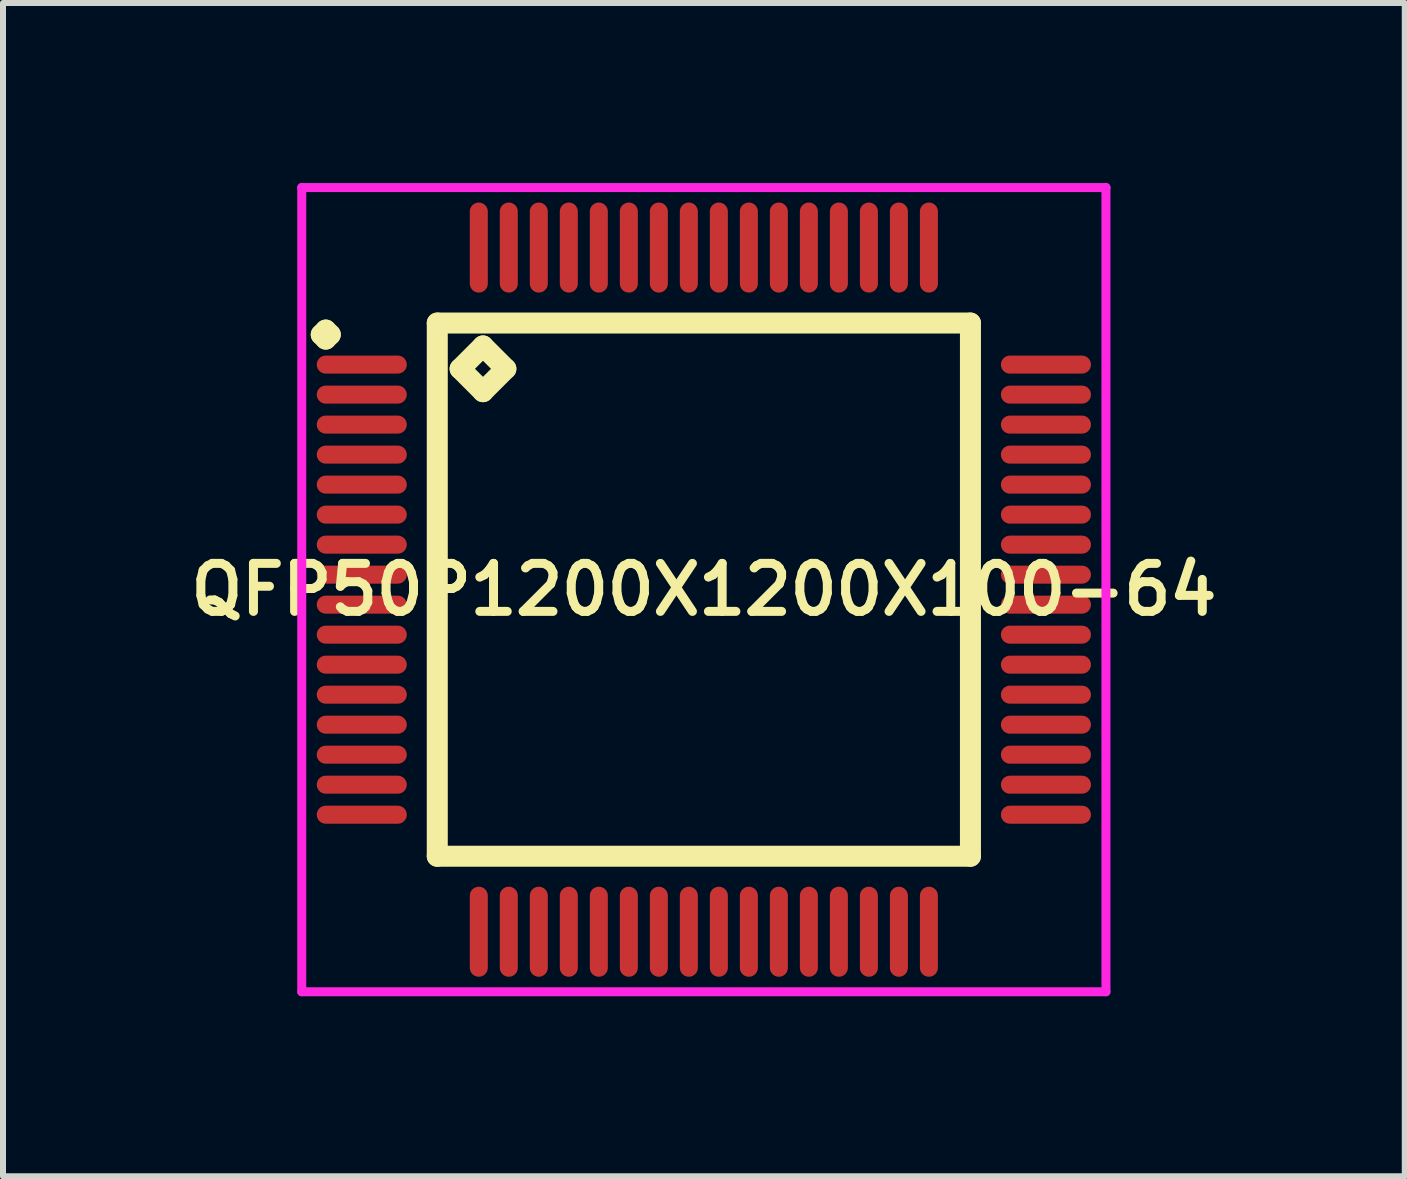
<source format=kicad_pcb>
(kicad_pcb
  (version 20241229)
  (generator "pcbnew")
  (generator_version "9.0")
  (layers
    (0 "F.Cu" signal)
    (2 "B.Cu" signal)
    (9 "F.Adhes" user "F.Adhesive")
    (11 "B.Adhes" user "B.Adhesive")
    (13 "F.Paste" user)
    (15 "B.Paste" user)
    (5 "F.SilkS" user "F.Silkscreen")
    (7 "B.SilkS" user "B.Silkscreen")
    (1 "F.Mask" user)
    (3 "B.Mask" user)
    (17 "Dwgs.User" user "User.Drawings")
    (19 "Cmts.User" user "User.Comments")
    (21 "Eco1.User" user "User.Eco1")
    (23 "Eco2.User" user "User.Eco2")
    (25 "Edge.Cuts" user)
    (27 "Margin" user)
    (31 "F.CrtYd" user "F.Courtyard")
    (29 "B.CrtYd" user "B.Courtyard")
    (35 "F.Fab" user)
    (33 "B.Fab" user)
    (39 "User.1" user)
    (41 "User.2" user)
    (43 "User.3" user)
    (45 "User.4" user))
  (footprint "QFP50P1200X1200X100-64"
    (layer "F.Cu")
    (at 8.678 6.775)
    (property "Reference" "QFP50P1200X1200X100-64" (at 0 0 0) (layer "F.SilkS") (effects (font (size 0.8 0.8) (thickness 0.15))))
    (attr smd)
    (fp_line (start -6.375 -4.25) (end -6.3 -4.325) (stroke (width 0.35) (type solid)) (layer "F.SilkS"))
    (fp_line (start -6.3 -4.325) (end -6.225 -4.25) (stroke (width 0.35) (type solid)) (layer "F.SilkS"))
    (fp_line (start -6.3 -4.175) (end -6.375 -4.25) (stroke (width 0.35) (type solid)) (layer "F.SilkS"))
    (fp_line (start -6.225 -4.25) (end -6.3 -4.175) (stroke (width 0.35) (type solid)) (layer "F.SilkS"))
    (fp_line (start -4.442 -4.442) (end -4.442 4.442) (stroke (width 0.35) (type solid)) (layer "F.SilkS"))
    (fp_line (start -4.442 4.442) (end 4.442 4.442) (stroke (width 0.35) (type solid)) (layer "F.SilkS"))
    (fp_line (start -4.061 -3.68) (end -3.68 -4.061) (stroke (width 0.35) (type solid)) (layer "F.SilkS"))
    (fp_line (start -3.68 -4.061) (end -3.299 -3.68) (stroke (width 0.35) (type solid)) (layer "F.SilkS"))
    (fp_line (start -3.68 -3.299) (end -4.061 -3.68) (stroke (width 0.35) (type solid)) (layer "F.SilkS"))
    (fp_line (start -3.299 -3.68) (end -3.68 -3.299) (stroke (width 0.35) (type solid)) (layer "F.SilkS"))
    (fp_line (start 4.442 -4.442) (end -4.442 -4.442) (stroke (width 0.35) (type solid)) (layer "F.SilkS"))
    (fp_line (start 4.442 4.442) (end 4.442 -4.442) (stroke (width 0.35) (type solid)) (layer "F.SilkS"))
    (fp_line (start -6.7 -6.7) (end 6.7 -6.7) (stroke (width 0.15) (type solid)) (layer "F.CrtYd"))
    (fp_line (start -6.7 6.7) (end -6.7 -6.7) (stroke (width 0.15) (type solid)) (layer "F.CrtYd"))
    (fp_line (start 6.7 -6.7) (end 6.7 6.7) (stroke (width 0.15) (type solid)) (layer "F.CrtYd"))
    (fp_line (start 6.7 6.7) (end -6.7 6.7) (stroke (width 0.15) (type solid)) (layer "F.CrtYd"))
    (pad "1" smd oval (at -5.7 -3.75) (size 1.5 0.3) (layers "F.Cu" "F.Mask" "F.Paste"))
    (pad "2" smd oval (at -5.7 -3.25) (size 1.5 0.3) (layers "F.Cu" "F.Mask" "F.Paste"))
    (pad "3" smd oval (at -5.7 -2.75) (size 1.5 0.3) (layers "F.Cu" "F.Mask" "F.Paste"))
    (pad "4" smd oval (at -5.7 -2.25) (size 1.5 0.3) (layers "F.Cu" "F.Mask" "F.Paste"))
    (pad "5" smd oval (at -5.7 -1.75) (size 1.5 0.3) (layers "F.Cu" "F.Mask" "F.Paste"))
    (pad "6" smd oval (at -5.7 -1.25) (size 1.5 0.3) (layers "F.Cu" "F.Mask" "F.Paste"))
    (pad "7" smd oval (at -5.7 -0.75) (size 1.5 0.3) (layers "F.Cu" "F.Mask" "F.Paste"))
    (pad "8" smd oval (at -5.7 -0.25) (size 1.5 0.3) (layers "F.Cu" "F.Mask" "F.Paste"))
    (pad "9" smd oval (at -5.7 0.25) (size 1.5 0.3) (layers "F.Cu" "F.Mask" "F.Paste"))
    (pad "10" smd oval (at -5.7 0.75) (size 1.5 0.3) (layers "F.Cu" "F.Mask" "F.Paste"))
    (pad "11" smd oval (at -5.7 1.25) (size 1.5 0.3) (layers "F.Cu" "F.Mask" "F.Paste"))
    (pad "12" smd oval (at -5.7 1.75) (size 1.5 0.3) (layers "F.Cu" "F.Mask" "F.Paste"))
    (pad "13" smd oval (at -5.7 2.25) (size 1.5 0.3) (layers "F.Cu" "F.Mask" "F.Paste"))
    (pad "14" smd oval (at -5.7 2.75) (size 1.5 0.3) (layers "F.Cu" "F.Mask" "F.Paste"))
    (pad "15" smd oval (at -5.7 3.25) (size 1.5 0.3) (layers "F.Cu" "F.Mask" "F.Paste"))
    (pad "16" smd oval (at -5.7 3.75) (size 1.5 0.3) (layers "F.Cu" "F.Mask" "F.Paste"))
    (pad "17" smd oval (at -3.75 5.7) (size 0.3 1.5) (layers "F.Cu" "F.Mask" "F.Paste"))
    (pad "18" smd oval (at -3.25 5.7) (size 0.3 1.5) (layers "F.Cu" "F.Mask" "F.Paste"))
    (pad "19" smd oval (at -2.75 5.7) (size 0.3 1.5) (layers "F.Cu" "F.Mask" "F.Paste"))
    (pad "20" smd oval (at -2.25 5.7) (size 0.3 1.5) (layers "F.Cu" "F.Mask" "F.Paste"))
    (pad "21" smd oval (at -1.75 5.7) (size 0.3 1.5) (layers "F.Cu" "F.Mask" "F.Paste"))
    (pad "22" smd oval (at -1.25 5.7) (size 0.3 1.5) (layers "F.Cu" "F.Mask" "F.Paste"))
    (pad "23" smd oval (at -0.75 5.7) (size 0.3 1.5) (layers "F.Cu" "F.Mask" "F.Paste"))
    (pad "24" smd oval (at -0.25 5.7) (size 0.3 1.5) (layers "F.Cu" "F.Mask" "F.Paste"))
    (pad "25" smd oval (at 0.25 5.7) (size 0.3 1.5) (layers "F.Cu" "F.Mask" "F.Paste"))
    (pad "26" smd oval (at 0.75 5.7) (size 0.3 1.5) (layers "F.Cu" "F.Mask" "F.Paste"))
    (pad "27" smd oval (at 1.25 5.7) (size 0.3 1.5) (layers "F.Cu" "F.Mask" "F.Paste"))
    (pad "28" smd oval (at 1.75 5.7) (size 0.3 1.5) (layers "F.Cu" "F.Mask" "F.Paste"))
    (pad "29" smd oval (at 2.25 5.7) (size 0.3 1.5) (layers "F.Cu" "F.Mask" "F.Paste"))
    (pad "30" smd oval (at 2.75 5.7) (size 0.3 1.5) (layers "F.Cu" "F.Mask" "F.Paste"))
    (pad "31" smd oval (at 3.25 5.7) (size 0.3 1.5) (layers "F.Cu" "F.Mask" "F.Paste"))
    (pad "32" smd oval (at 3.75 5.7) (size 0.3 1.5) (layers "F.Cu" "F.Mask" "F.Paste"))
    (pad "33" smd oval (at 5.7 3.75) (size 1.5 0.3) (layers "F.Cu" "F.Mask" "F.Paste"))
    (pad "34" smd oval (at 5.7 3.25) (size 1.5 0.3) (layers "F.Cu" "F.Mask" "F.Paste"))
    (pad "35" smd oval (at 5.7 2.75) (size 1.5 0.3) (layers "F.Cu" "F.Mask" "F.Paste"))
    (pad "36" smd oval (at 5.7 2.25) (size 1.5 0.3) (layers "F.Cu" "F.Mask" "F.Paste"))
    (pad "37" smd oval (at 5.7 1.75) (size 1.5 0.3) (layers "F.Cu" "F.Mask" "F.Paste"))
    (pad "38" smd oval (at 5.7 1.25) (size 1.5 0.3) (layers "F.Cu" "F.Mask" "F.Paste"))
    (pad "39" smd oval (at 5.7 0.75) (size 1.5 0.3) (layers "F.Cu" "F.Mask" "F.Paste"))
    (pad "40" smd oval (at 5.7 0.25) (size 1.5 0.3) (layers "F.Cu" "F.Mask" "F.Paste"))
    (pad "41" smd oval (at 5.7 -0.25) (size 1.5 0.3) (layers "F.Cu" "F.Mask" "F.Paste"))
    (pad "42" smd oval (at 5.7 -0.75) (size 1.5 0.3) (layers "F.Cu" "F.Mask" "F.Paste"))
    (pad "43" smd oval (at 5.7 -1.25) (size 1.5 0.3) (layers "F.Cu" "F.Mask" "F.Paste"))
    (pad "44" smd oval (at 5.7 -1.75) (size 1.5 0.3) (layers "F.Cu" "F.Mask" "F.Paste"))
    (pad "45" smd oval (at 5.7 -2.25) (size 1.5 0.3) (layers "F.Cu" "F.Mask" "F.Paste"))
    (pad "46" smd oval (at 5.7 -2.75) (size 1.5 0.3) (layers "F.Cu" "F.Mask" "F.Paste"))
    (pad "47" smd oval (at 5.7 -3.25) (size 1.5 0.3) (layers "F.Cu" "F.Mask" "F.Paste"))
    (pad "48" smd oval (at 5.7 -3.75) (size 1.5 0.3) (layers "F.Cu" "F.Mask" "F.Paste"))
    (pad "49" smd oval (at 3.75 -5.7) (size 0.3 1.5) (layers "F.Cu" "F.Mask" "F.Paste"))
    (pad "50" smd oval (at 3.25 -5.7) (size 0.3 1.5) (layers "F.Cu" "F.Mask" "F.Paste"))
    (pad "51" smd oval (at 2.75 -5.7) (size 0.3 1.5) (layers "F.Cu" "F.Mask" "F.Paste"))
    (pad "52" smd oval (at 2.25 -5.7) (size 0.3 1.5) (layers "F.Cu" "F.Mask" "F.Paste"))
    (pad "53" smd oval (at 1.75 -5.7) (size 0.3 1.5) (layers "F.Cu" "F.Mask" "F.Paste"))
    (pad "54" smd oval (at 1.25 -5.7) (size 0.3 1.5) (layers "F.Cu" "F.Mask" "F.Paste"))
    (pad "55" smd oval (at 0.75 -5.7) (size 0.3 1.5) (layers "F.Cu" "F.Mask" "F.Paste"))
    (pad "56" smd oval (at 0.25 -5.7) (size 0.3 1.5) (layers "F.Cu" "F.Mask" "F.Paste"))
    (pad "57" smd oval (at -0.25 -5.7) (size 0.3 1.5) (layers "F.Cu" "F.Mask" "F.Paste"))
    (pad "58" smd oval (at -0.75 -5.7) (size 0.3 1.5) (layers "F.Cu" "F.Mask" "F.Paste"))
    (pad "59" smd oval (at -1.25 -5.7) (size 0.3 1.5) (layers "F.Cu" "F.Mask" "F.Paste"))
    (pad "60" smd oval (at -1.75 -5.7) (size 0.3 1.5) (layers "F.Cu" "F.Mask" "F.Paste"))
    (pad "61" smd oval (at -2.25 -5.7) (size 0.3 1.5) (layers "F.Cu" "F.Mask" "F.Paste"))
    (pad "62" smd oval (at -2.75 -5.7) (size 0.3 1.5) (layers "F.Cu" "F.Mask" "F.Paste"))
    (pad "63" smd oval (at -3.25 -5.7) (size 0.3 1.5) (layers "F.Cu" "F.Mask" "F.Paste"))
    (pad "64" smd oval (at -3.75 -5.7) (size 0.3 1.5) (layers "F.Cu" "F.Mask" "F.Paste")))
  (gr_rect
    (start -3 -3)
    (end 20.357 16.55)
    (stroke (width 0.1) (type default))
    (fill no)
    (layer "Edge.Cuts")))
</source>
